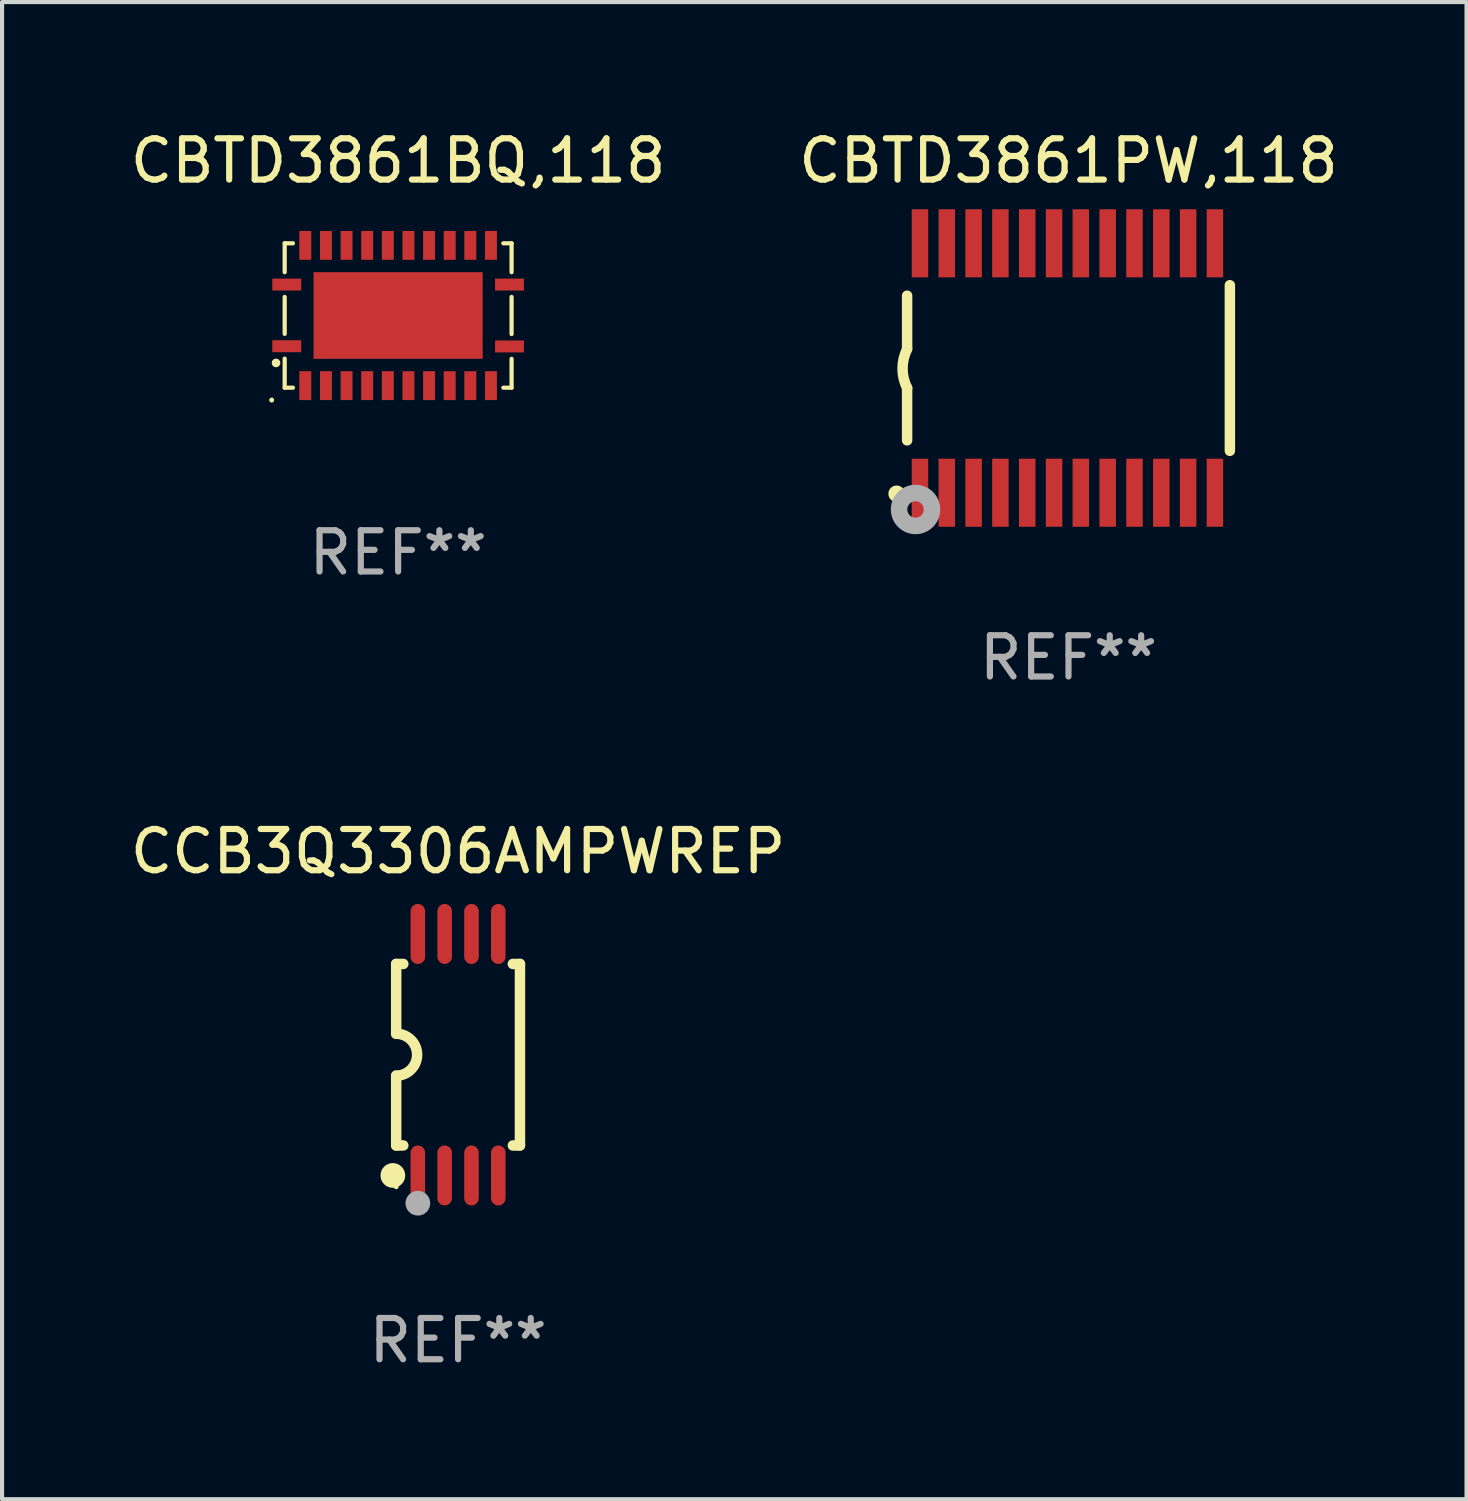
<source format=kicad_pcb>
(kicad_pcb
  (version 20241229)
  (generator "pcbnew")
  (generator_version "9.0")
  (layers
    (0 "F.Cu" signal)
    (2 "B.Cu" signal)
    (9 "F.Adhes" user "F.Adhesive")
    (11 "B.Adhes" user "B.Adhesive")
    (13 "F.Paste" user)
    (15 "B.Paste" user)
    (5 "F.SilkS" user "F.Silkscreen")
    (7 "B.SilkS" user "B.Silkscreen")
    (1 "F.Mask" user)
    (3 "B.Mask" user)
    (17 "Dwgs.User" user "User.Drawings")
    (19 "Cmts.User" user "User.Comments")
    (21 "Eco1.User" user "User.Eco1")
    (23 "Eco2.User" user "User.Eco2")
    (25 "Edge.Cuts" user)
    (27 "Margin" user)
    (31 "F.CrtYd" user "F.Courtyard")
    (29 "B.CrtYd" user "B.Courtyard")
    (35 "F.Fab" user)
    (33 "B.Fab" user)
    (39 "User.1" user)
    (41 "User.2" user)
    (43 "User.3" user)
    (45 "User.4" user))
  (footprint "CCB3Q3306AMPWREP"
    (layer "F.Cu")
    (at 8.054 22.517)
    (property "Reference" "CCB3Q3306AMPWREP" (at 0 -4.927 0) (layer "F.SilkS") (effects (font (size 1 1) (thickness 0.15))))
    (attr through_hole)
    (fp_line (start -1.5 -2.2) (end -1.5 -0.508) (stroke (width 0.254) (type solid)) (layer "F.SilkS"))
    (fp_line (start -1.5 -2.2) (end -1.328 -2.2) (stroke (width 0.254) (type solid)) (layer "F.SilkS"))
    (fp_line (start -1.5 2.2) (end -1.5 0.508) (stroke (width 0.254) (type solid)) (layer "F.SilkS"))
    (fp_line (start -1.5 2.2) (end -1.328 2.2) (stroke (width 0.254) (type solid)) (layer "F.SilkS"))
    (fp_line (start 1.328 -2.2) (end 1.5 -2.2) (stroke (width 0.254) (type solid)) (layer "F.SilkS"))
    (fp_line (start 1.328 2.2) (end 1.5 2.2) (stroke (width 0.254) (type solid)) (layer "F.SilkS"))
    (fp_line (start 1.5 -2.2) (end 1.5 2.2) (stroke (width 0.254) (type solid)) (layer "F.SilkS"))
    (fp_arc (start -1.501144 -0.508) (mid -0.993143 -0.000571) (end -1.5 0.508001) (stroke (width 0.254001) (type solid)) (layer "F.SilkS"))
    (fp_circle (center -1.581 2.927) (end -1.431 2.927) (stroke (width 0.3) (type solid)) (fill no) (layer "F.SilkS"))
    (fp_circle (center -1.5 3.2) (end -1.47 3.2) (stroke (width 0.06) (type solid)) (fill no) (layer "F.SilkS"))
    (fp_circle (center -0.975 3.6) (end -0.825 3.6) (stroke (width 0.3) (type solid)) (fill no) (layer "F.Fab"))
    (fp_text user "REF**" (at 0 6.927 0) (layer "F.Fab") (effects (font (size 1 1) (thickness 0.15))))
    (pad "1" smd oval (at -0.975 2.927) (size 0.353 1.454) (layers "F.Cu" "F.Mask" "F.Paste"))
    (pad "2" smd oval (at -0.325 2.927) (size 0.353 1.454) (layers "F.Cu" "F.Mask" "F.Paste"))
    (pad "3" smd oval (at 0.325 2.927) (size 0.353 1.454) (layers "F.Cu" "F.Mask" "F.Paste"))
    (pad "4" smd oval (at 0.975 2.927) (size 0.353 1.454) (layers "F.Cu" "F.Mask" "F.Paste"))
    (pad "5" smd oval (at 0.975 -2.927) (size 0.353 1.454) (layers "F.Cu" "F.Mask" "F.Paste"))
    (pad "6" smd oval (at 0.325 -2.927) (size 0.353 1.454) (layers "F.Cu" "F.Mask" "F.Paste"))
    (pad "7" smd oval (at -0.325 -2.927) (size 0.353 1.454) (layers "F.Cu" "F.Mask" "F.Paste"))
    (pad "8" smd oval (at -0.975 -2.927) (size 0.353 1.454) (layers "F.Cu" "F.Mask" "F.Paste")))
  (footprint "CBTD3861PW,118"
    (layer "F.Cu")
    (at 22.851 5.871)
    (property "Reference" "CBTD3861PW,118" (at 0 -5.023 0) (layer "F.SilkS") (effects (font (size 1 1) (thickness 0.15))))
    (attr through_hole)
    (fp_line (start -3.912 -0.483) (end -3.912 -1.753) (stroke (width 0.254) (type solid)) (layer "F.SilkS"))
    (fp_line (start -3.912 1.753) (end -3.912 0.483) (stroke (width 0.254) (type solid)) (layer "F.SilkS"))
    (fp_line (start 3.912 -2.007) (end 3.912 2.007) (stroke (width 0.254) (type solid)) (layer "F.SilkS"))
    (fp_arc (start -3.911608 0.482601) (mid -4.022537 0.0127) (end -3.911608 -0.457201) (stroke (width 0.254001) (type solid)) (layer "F.SilkS"))
    (fp_circle (center -4.166 3.048) (end -4.066 3.048) (stroke (width 0.2) (type solid)) (fill no) (layer "F.SilkS"))
    (fp_circle (center -3.925 3.186) (end -3.895 3.186) (stroke (width 0.06) (type solid)) (fill no) (layer "F.SilkS"))
    (fp_circle (center -3.708 3.429) (end -3.509 3.429) (stroke (width 0.4) (type solid)) (fill no) (layer "F.Fab"))
    (fp_text user "REF**" (at 0 7.023 0) (layer "F.Fab") (effects (font (size 1 1) (thickness 0.15))))
    (pad "1" smd rect (at -3.6 3.023) (size 0.4 1.65) (layers "F.Cu" "F.Mask" "F.Paste"))
    (pad "2" smd rect (at -2.95 3.023) (size 0.4 1.65) (layers "F.Cu" "F.Mask" "F.Paste"))
    (pad "3" smd rect (at -2.3 3.023) (size 0.4 1.65) (layers "F.Cu" "F.Mask" "F.Paste"))
    (pad "4" smd rect (at -1.65 3.023) (size 0.4 1.65) (layers "F.Cu" "F.Mask" "F.Paste"))
    (pad "5" smd rect (at -1 3.023) (size 0.4 1.65) (layers "F.Cu" "F.Mask" "F.Paste"))
    (pad "6" smd rect (at -0.35 3.023) (size 0.4 1.65) (layers "F.Cu" "F.Mask" "F.Paste"))
    (pad "7" smd rect (at 0.299 3.023) (size 0.4 1.65) (layers "F.Cu" "F.Mask" "F.Paste"))
    (pad "8" smd rect (at 0.95 3.023) (size 0.4 1.65) (layers "F.Cu" "F.Mask" "F.Paste"))
    (pad "9" smd rect (at 1.6 3.023) (size 0.4 1.65) (layers "F.Cu" "F.Mask" "F.Paste"))
    (pad "10" smd rect (at 2.25 3.023) (size 0.4 1.65) (layers "F.Cu" "F.Mask" "F.Paste"))
    (pad "11" smd rect (at 2.9 3.023) (size 0.4 1.65) (layers "F.Cu" "F.Mask" "F.Paste"))
    (pad "12" smd rect (at 3.549 3.023) (size 0.4 1.65) (layers "F.Cu" "F.Mask" "F.Paste"))
    (pad "13" smd rect (at 3.549 -3.023) (size 0.4 1.65) (layers "F.Cu" "F.Mask" "F.Paste"))
    (pad "14" smd rect (at 2.9 -3.023) (size 0.4 1.65) (layers "F.Cu" "F.Mask" "F.Paste"))
    (pad "15" smd rect (at 2.25 -3.023) (size 0.4 1.65) (layers "F.Cu" "F.Mask" "F.Paste"))
    (pad "16" smd rect (at 1.6 -3.023) (size 0.4 1.65) (layers "F.Cu" "F.Mask" "F.Paste"))
    (pad "17" smd rect (at 0.95 -3.023) (size 0.4 1.65) (layers "F.Cu" "F.Mask" "F.Paste"))
    (pad "18" smd rect (at 0.299 -3.023) (size 0.4 1.65) (layers "F.Cu" "F.Mask" "F.Paste"))
    (pad "19" smd rect (at -0.35 -3.023) (size 0.4 1.65) (layers "F.Cu" "F.Mask" "F.Paste"))
    (pad "20" smd rect (at -1 -3.023) (size 0.4 1.65) (layers "F.Cu" "F.Mask" "F.Paste"))
    (pad "21" smd rect (at -1.65 -3.023) (size 0.4 1.65) (layers "F.Cu" "F.Mask" "F.Paste"))
    (pad "22" smd rect (at -2.3 -3.023) (size 0.4 1.65) (layers "F.Cu" "F.Mask" "F.Paste"))
    (pad "23" smd rect (at -2.95 -3.023) (size 0.4 1.65) (layers "F.Cu" "F.Mask" "F.Paste"))
    (pad "24" smd rect (at -3.6 -3.023) (size 0.4 1.65) (layers "F.Cu" "F.Mask" "F.Paste")))
  (footprint "CBTD3861BQ,118"
    (layer "F.Cu")
    (at 6.601 4.598)
    (property "Reference" "CBTD3861BQ,118" (at 0 -3.75 0) (layer "F.SilkS") (effects (font (size 1 1) (thickness 0.15))))
    (attr through_hole)
    (fp_line (start -2.75 -1.75) (end -2.75 -1.05) (stroke (width 0.102) (type solid)) (layer "F.SilkS"))
    (fp_line (start -2.75 -1.75) (end -2.55 -1.75) (stroke (width 0.102) (type solid)) (layer "F.SilkS"))
    (fp_line (start -2.75 -0.45) (end -2.75 0.445) (stroke (width 0.102) (type solid)) (layer "F.SilkS"))
    (fp_line (start -2.75 1.75) (end -2.75 1.045) (stroke (width 0.102) (type solid)) (layer "F.SilkS"))
    (fp_line (start -2.55 1.75) (end -2.75 1.75) (stroke (width 0.102) (type solid)) (layer "F.SilkS"))
    (fp_line (start 2.55 -1.75) (end 2.75 -1.75) (stroke (width 0.102) (type solid)) (layer "F.SilkS"))
    (fp_line (start 2.75 -1.75) (end 2.75 -1.05) (stroke (width 0.102) (type solid)) (layer "F.SilkS"))
    (fp_line (start 2.75 -0.45) (end 2.75 0.45) (stroke (width 0.102) (type solid)) (layer "F.SilkS"))
    (fp_line (start 2.75 1.05) (end 2.75 1.75) (stroke (width 0.102) (type solid)) (layer "F.SilkS"))
    (fp_line (start 2.75 1.75) (end 2.55 1.75) (stroke (width 0.102) (type solid)) (layer "F.SilkS"))
    (fp_circle (center -3.065 2.05) (end -3.035 2.05) (stroke (width 0.06) (type solid)) (fill no) (layer "F.SilkS"))
    (fp_circle (center -2.96 1.15) (end -2.906 1.15) (stroke (width 0.102) (type solid)) (fill no) (layer "F.SilkS"))
    (fp_text user "REF**" (at 0 5.75 0) (layer "F.Fab") (effects (font (size 1 1) (thickness 0.15))))
    (pad "1" smd rect (at -2.7 0.745 90) (size 0.29 0.7) (layers "F.Cu" "F.Mask" "F.Paste"))
    (pad "2" smd rect (at -2.25 1.7) (size 0.29 0.7) (layers "F.Cu" "F.Mask" "F.Paste"))
    (pad "3" smd rect (at -1.75 1.7) (size 0.29 0.7) (layers "F.Cu" "F.Mask" "F.Paste"))
    (pad "4" smd rect (at -1.25 1.7) (size 0.29 0.7) (layers "F.Cu" "F.Mask" "F.Paste"))
    (pad "5" smd rect (at -0.75 1.7) (size 0.29 0.7) (layers "F.Cu" "F.Mask" "F.Paste"))
    (pad "6" smd rect (at -0.25 1.7) (size 0.29 0.7) (layers "F.Cu" "F.Mask" "F.Paste"))
    (pad "7" smd rect (at 0.25 1.7) (size 0.29 0.7) (layers "F.Cu" "F.Mask" "F.Paste"))
    (pad "8" smd rect (at 0.75 1.7) (size 0.29 0.7) (layers "F.Cu" "F.Mask" "F.Paste"))
    (pad "9" smd rect (at 1.25 1.7) (size 0.29 0.7) (layers "F.Cu" "F.Mask" "F.Paste"))
    (pad "10" smd rect (at 1.75 1.7) (size 0.29 0.7) (layers "F.Cu" "F.Mask" "F.Paste"))
    (pad "11" smd rect (at 2.25 1.7) (size 0.29 0.7) (layers "F.Cu" "F.Mask" "F.Paste"))
    (pad "12" smd rect (at 2.7 0.75 90) (size 0.29 0.7) (layers "F.Cu" "F.Mask" "F.Paste"))
    (pad "13" smd rect (at 2.7 -0.75 90) (size 0.29 0.7) (layers "F.Cu" "F.Mask" "F.Paste"))
    (pad "14" smd rect (at 2.25 -1.7 180) (size 0.29 0.7) (layers "F.Cu" "F.Mask" "F.Paste"))
    (pad "15" smd rect (at 1.75 -1.7 180) (size 0.29 0.7) (layers "F.Cu" "F.Mask" "F.Paste"))
    (pad "16" smd rect (at 1.25 -1.7 180) (size 0.29 0.7) (layers "F.Cu" "F.Mask" "F.Paste"))
    (pad "17" smd rect (at 0.75 -1.7 180) (size 0.29 0.7) (layers "F.Cu" "F.Mask" "F.Paste"))
    (pad "18" smd rect (at 0.25 -1.7 180) (size 0.29 0.7) (layers "F.Cu" "F.Mask" "F.Paste"))
    (pad "19" smd rect (at -0.25 -1.7 180) (size 0.29 0.7) (layers "F.Cu" "F.Mask" "F.Paste"))
    (pad "20" smd rect (at -0.75 -1.7 180) (size 0.29 0.7) (layers "F.Cu" "F.Mask" "F.Paste"))
    (pad "21" smd rect (at -1.25 -1.7 180) (size 0.29 0.7) (layers "F.Cu" "F.Mask" "F.Paste"))
    (pad "22" smd rect (at -1.75 -1.7 180) (size 0.29 0.7) (layers "F.Cu" "F.Mask" "F.Paste"))
    (pad "23" smd rect (at -2.25 -1.7 180) (size 0.29 0.7) (layers "F.Cu" "F.Mask" "F.Paste"))
    (pad "24" smd rect (at -2.7 -0.75 270) (size 0.29 0.7) (layers "F.Cu" "F.Mask" "F.Paste"))
    (pad "25" smd rect (at 0 0) (size 4.1 2.1) (layers "F.Cu" "F.Mask" "F.Paste")))
  (gr_rect
    (start -3 -3)
    (end 32.5 33.292)
    (stroke (width 0.1) (type default))
    (fill no)
    (layer "Edge.Cuts")))
</source>
